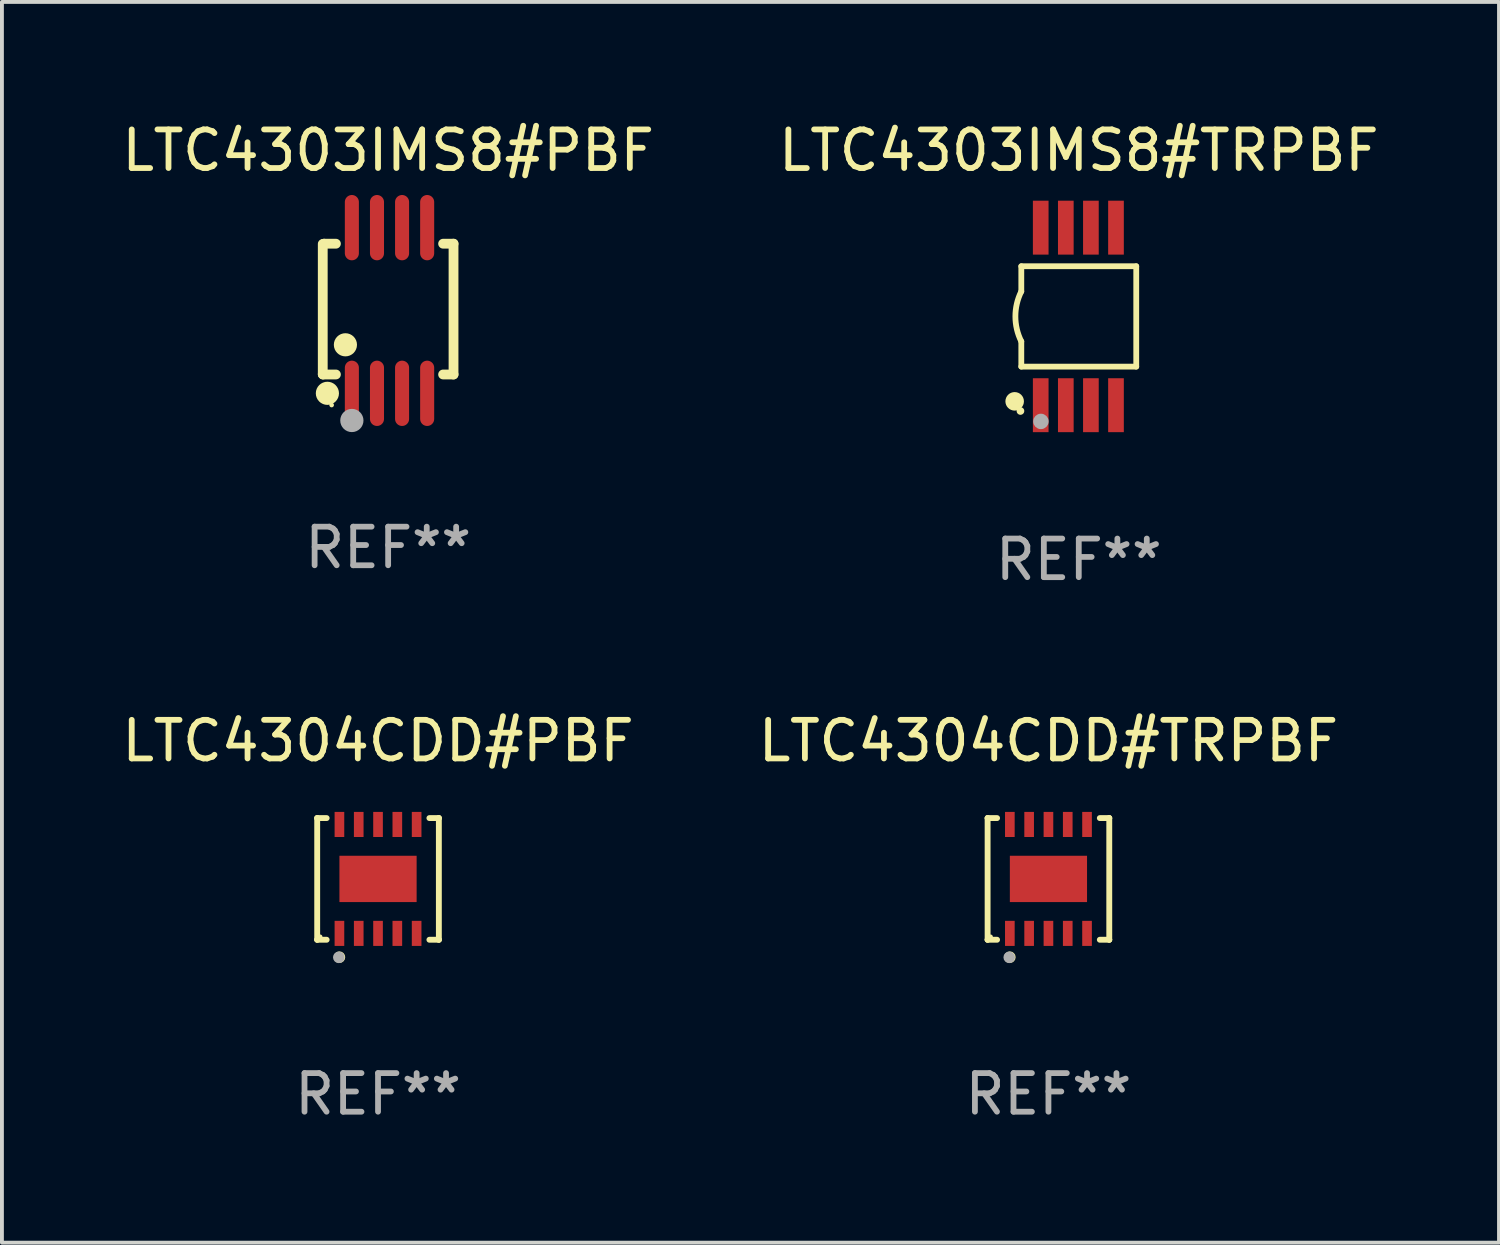
<source format=kicad_pcb>
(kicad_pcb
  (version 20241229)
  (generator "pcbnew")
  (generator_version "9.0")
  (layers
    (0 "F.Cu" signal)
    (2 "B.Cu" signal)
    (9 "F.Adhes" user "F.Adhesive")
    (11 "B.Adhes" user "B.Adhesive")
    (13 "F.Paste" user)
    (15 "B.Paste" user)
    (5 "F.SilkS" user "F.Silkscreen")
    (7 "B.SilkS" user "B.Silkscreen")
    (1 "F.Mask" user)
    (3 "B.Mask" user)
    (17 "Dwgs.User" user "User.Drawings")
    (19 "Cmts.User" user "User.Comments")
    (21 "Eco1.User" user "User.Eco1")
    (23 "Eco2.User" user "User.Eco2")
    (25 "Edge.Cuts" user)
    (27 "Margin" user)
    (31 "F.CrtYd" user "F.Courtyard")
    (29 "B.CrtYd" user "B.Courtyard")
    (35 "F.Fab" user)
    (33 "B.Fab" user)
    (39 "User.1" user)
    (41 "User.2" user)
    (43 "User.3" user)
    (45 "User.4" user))
  (footprint "LTC4304CDD#PBF"
    (layer "F.Cu")
    (at 6.744 19.721)
    (property "Reference" "LTC4304CDD#PBF" (at 0 -3.576 0) (layer "F.SilkS") (effects (font (size 1 1) (thickness 0.15))))
    (attr through_hole)
    (fp_line (start -1.576 -1.576) (end -1.576 -1.576) (stroke (width 0.152) (type solid)) (layer "F.SilkS"))
    (fp_line (start -1.576 -1.576) (end -1.331 -1.576) (stroke (width 0.152) (type solid)) (layer "F.SilkS"))
    (fp_line (start -1.576 1.576) (end -1.576 -1.576) (stroke (width 0.152) (type solid)) (layer "F.SilkS"))
    (fp_line (start -1.576 1.576) (end -1.576 1.576) (stroke (width 0.152) (type solid)) (layer "F.SilkS"))
    (fp_line (start -1.331 1.576) (end -1.576 1.576) (stroke (width 0.152) (type solid)) (layer "F.SilkS"))
    (fp_line (start 1.331 1.576) (end 1.576 1.576) (stroke (width 0.152) (type solid)) (layer "F.SilkS"))
    (fp_line (start 1.576 -1.576) (end 1.331 -1.576) (stroke (width 0.152) (type solid)) (layer "F.SilkS"))
    (fp_line (start 1.576 -1.576) (end 1.576 -1.576) (stroke (width 0.152) (type solid)) (layer "F.SilkS"))
    (fp_line (start 1.576 1.576) (end 1.576 -1.576) (stroke (width 0.152) (type solid)) (layer "F.SilkS"))
    (fp_line (start 1.576 1.576) (end 1.576 1.576) (stroke (width 0.152) (type solid)) (layer "F.SilkS"))
    (fp_circle (center -1.5 1.5) (end -1.47 1.5) (stroke (width 0.06) (type solid)) (fill no) (layer "F.SilkS"))
    (fp_circle (center -1 2.028) (end -0.925 2.028) (stroke (width 0.15) (type solid)) (fill no) (layer "F.SilkS"))
    (fp_circle (center -1.016 2.032) (end -0.941 2.032) (stroke (width 0.15) (type solid)) (fill no) (layer "F.Fab"))
    (fp_text user "REF**" (at 0 5.576 0) (layer "F.Fab") (effects (font (size 1 1) (thickness 0.15))))
    (pad "1" smd rect (at -1 1.411) (size 0.25 0.65) (layers "F.Cu" "F.Mask" "F.Paste"))
    (pad "2" smd rect (at -0.5 1.411) (size 0.25 0.65) (layers "F.Cu" "F.Mask" "F.Paste"))
    (pad "3" smd rect (at 0 1.411) (size 0.25 0.65) (layers "F.Cu" "F.Mask" "F.Paste"))
    (pad "4" smd rect (at 0.5 1.411) (size 0.25 0.65) (layers "F.Cu" "F.Mask" "F.Paste"))
    (pad "5" smd rect (at 1 1.411) (size 0.25 0.65) (layers "F.Cu" "F.Mask" "F.Paste"))
    (pad "6" smd rect (at 1 -1.411) (size 0.25 0.65) (layers "F.Cu" "F.Mask" "F.Paste"))
    (pad "7" smd rect (at 0.5 -1.411) (size 0.25 0.65) (layers "F.Cu" "F.Mask" "F.Paste"))
    (pad "8" smd rect (at 0 -1.411) (size 0.25 0.65) (layers "F.Cu" "F.Mask" "F.Paste"))
    (pad "9" smd rect (at -0.5 -1.411) (size 0.25 0.65) (layers "F.Cu" "F.Mask" "F.Paste"))
    (pad "10" smd rect (at -1 -1.411) (size 0.25 0.65) (layers "F.Cu" "F.Mask" "F.Paste"))
    (pad "11" smd rect (at 0 0) (size 2 1.2) (layers "F.Cu" "F.Mask" "F.Paste")))
  (footprint "LTC4303IMS8#PBF"
    (layer "F.Cu")
    (at 7.006 4.994)
    (property "Reference" "LTC4303IMS8#PBF" (at 0 -4.146 0) (layer "F.SilkS") (effects (font (size 1 1) (thickness 0.15))))
    (attr through_hole)
    (fp_line (start -1.694 -1.724) (end -1.694 1.652) (stroke (width 0.254) (type solid)) (layer "F.SilkS"))
    (fp_line (start -1.694 1.652) (end -1.688 1.658) (stroke (width 0.254) (type solid)) (layer "F.SilkS"))
    (fp_line (start -1.688 1.658) (end -1.353 1.658) (stroke (width 0.254) (type solid)) (layer "F.SilkS"))
    (fp_line (start -1.661 -1.73) (end -1.681 -1.71) (stroke (width 0.254) (type solid)) (layer "F.SilkS"))
    (fp_line (start -1.353 -1.73) (end -1.661 -1.73) (stroke (width 0.254) (type solid)) (layer "F.SilkS"))
    (fp_line (start 1.424 1.658) (end 1.694 1.658) (stroke (width 0.254) (type solid)) (layer "F.SilkS"))
    (fp_line (start 1.694 -1.73) (end 1.424 -1.73) (stroke (width 0.254) (type solid)) (layer "F.SilkS"))
    (fp_line (start 1.694 1.658) (end 1.694 -1.73) (stroke (width 0.254) (type solid)) (layer "F.SilkS"))
    (fp_circle (center -1.574 2.146) (end -1.424 2.146) (stroke (width 0.3) (type solid)) (fill no) (layer "F.SilkS"))
    (fp_circle (center -1.464 2.45) (end -1.434 2.45) (stroke (width 0.06) (type solid)) (fill no) (layer "F.SilkS"))
    (fp_circle (center -1.107 0.889) (end -0.957 0.889) (stroke (width 0.3) (type solid)) (fill no) (layer "F.SilkS"))
    (fp_circle (center -0.94 2.85) (end -0.789 2.85) (stroke (width 0.3) (type solid)) (fill no) (layer "F.Fab"))
    (fp_text user "REF**" (at 0 6.146 0) (layer "F.Fab") (effects (font (size 1 1) (thickness 0.15))))
    (pad "1" smd oval (at -0.94 2.146) (size 0.364 1.692) (layers "F.Cu" "F.Mask" "F.Paste"))
    (pad "2" smd oval (at -0.289 2.146) (size 0.364 1.692) (layers "F.Cu" "F.Mask" "F.Paste"))
    (pad "3" smd oval (at 0.361 2.146) (size 0.364 1.692) (layers "F.Cu" "F.Mask" "F.Paste"))
    (pad "4" smd oval (at 1.011 2.146) (size 0.364 1.692) (layers "F.Cu" "F.Mask" "F.Paste"))
    (pad "5" smd oval (at 1.011 -2.146) (size 0.364 1.692) (layers "F.Cu" "F.Mask" "F.Paste"))
    (pad "6" smd oval (at 0.361 -2.146) (size 0.364 1.692) (layers "F.Cu" "F.Mask" "F.Paste"))
    (pad "7" smd oval (at -0.289 -2.146) (size 0.364 1.692) (layers "F.Cu" "F.Mask" "F.Paste"))
    (pad "8" smd oval (at -0.94 -2.146) (size 0.364 1.692) (layers "F.Cu" "F.Mask" "F.Paste")))
  (footprint "LTC4303IMS8#TRPBF"
    (layer "F.Cu")
    (at 24.899 5.148)
    (property "Reference" "LTC4303IMS8#TRPBF" (at 0 -4.3 0) (layer "F.SilkS") (effects (font (size 1 1) (thickness 0.15))))
    (attr through_hole)
    (fp_line (start -1.489 -1.3) (end -1.489 -0.648) (stroke (width 0.15) (type solid)) (layer "F.SilkS"))
    (fp_line (start -1.489 0.648) (end -1.489 1.3) (stroke (width 0.15) (type solid)) (layer "F.SilkS"))
    (fp_line (start -1.489 1.3) (end 1.489 1.3) (stroke (width 0.15) (type solid)) (layer "F.SilkS"))
    (fp_line (start 1.489 -1.3) (end -1.489 -1.3) (stroke (width 0.15) (type solid)) (layer "F.SilkS"))
    (fp_line (start 1.489 1.3) (end 1.489 -1.3) (stroke (width 0.15) (type solid)) (layer "F.SilkS"))
    (fp_arc (start -1.489205 0.647702) (mid -1.642107 0) (end -1.489205 -0.647701) (stroke (width 0.150013) (type solid)) (layer "F.SilkS"))
    (fp_circle (center -1.661 2.2) (end -1.541 2.2) (stroke (width 0.24) (type solid)) (fill no) (layer "F.SilkS"))
    (fp_circle (center -1.511 2.45) (end -1.461 2.45) (stroke (width 0.1) (type solid)) (fill no) (layer "F.SilkS"))
    (fp_circle (center -0.981 2.72) (end -0.881 2.72) (stroke (width 0.2) (type solid)) (fill no) (layer "F.Fab"))
    (fp_text user "REF**" (at 0 6.3 0) (layer "F.Fab") (effects (font (size 1 1) (thickness 0.15))))
    (pad "1" smd rect (at -0.986 2.3) (size 0.406 1.397) (layers "F.Cu" "F.Mask" "F.Paste"))
    (pad "2" smd rect (at -0.336 2.3) (size 0.406 1.397) (layers "F.Cu" "F.Mask" "F.Paste"))
    (pad "3" smd rect (at 0.314 2.3) (size 0.406 1.397) (layers "F.Cu" "F.Mask" "F.Paste"))
    (pad "4" smd rect (at 0.964 2.3) (size 0.406 1.397) (layers "F.Cu" "F.Mask" "F.Paste"))
    (pad "5" smd rect (at 0.964 -2.3) (size 0.406 1.397) (layers "F.Cu" "F.Mask" "F.Paste"))
    (pad "6" smd rect (at 0.314 -2.3) (size 0.406 1.397) (layers "F.Cu" "F.Mask" "F.Paste"))
    (pad "7" smd rect (at -0.336 -2.3) (size 0.406 1.397) (layers "F.Cu" "F.Mask" "F.Paste"))
    (pad "8" smd rect (at -0.986 -2.3) (size 0.406 1.397) (layers "F.Cu" "F.Mask" "F.Paste")))
  (footprint "LTC4304CDD#TRPBF"
    (layer "F.Cu")
    (at 24.113 19.721)
    (property "Reference" "LTC4304CDD#TRPBF" (at 0 -3.576 0) (layer "F.SilkS") (effects (font (size 1 1) (thickness 0.15))))
    (attr through_hole)
    (fp_line (start -1.576 -1.576) (end -1.576 -1.576) (stroke (width 0.152) (type solid)) (layer "F.SilkS"))
    (fp_line (start -1.576 -1.576) (end -1.331 -1.576) (stroke (width 0.152) (type solid)) (layer "F.SilkS"))
    (fp_line (start -1.576 1.576) (end -1.576 -1.576) (stroke (width 0.152) (type solid)) (layer "F.SilkS"))
    (fp_line (start -1.576 1.576) (end -1.576 1.576) (stroke (width 0.152) (type solid)) (layer "F.SilkS"))
    (fp_line (start -1.331 1.576) (end -1.576 1.576) (stroke (width 0.152) (type solid)) (layer "F.SilkS"))
    (fp_line (start 1.331 1.576) (end 1.576 1.576) (stroke (width 0.152) (type solid)) (layer "F.SilkS"))
    (fp_line (start 1.576 -1.576) (end 1.331 -1.576) (stroke (width 0.152) (type solid)) (layer "F.SilkS"))
    (fp_line (start 1.576 -1.576) (end 1.576 -1.576) (stroke (width 0.152) (type solid)) (layer "F.SilkS"))
    (fp_line (start 1.576 1.576) (end 1.576 -1.576) (stroke (width 0.152) (type solid)) (layer "F.SilkS"))
    (fp_line (start 1.576 1.576) (end 1.576 1.576) (stroke (width 0.152) (type solid)) (layer "F.SilkS"))
    (fp_circle (center -1.5 1.5) (end -1.47 1.5) (stroke (width 0.06) (type solid)) (fill no) (layer "F.SilkS"))
    (fp_circle (center -1 2.028) (end -0.925 2.028) (stroke (width 0.15) (type solid)) (fill no) (layer "F.SilkS"))
    (fp_circle (center -1.016 2.032) (end -0.941 2.032) (stroke (width 0.15) (type solid)) (fill no) (layer "F.Fab"))
    (fp_text user "REF**" (at 0 5.576 0) (layer "F.Fab") (effects (font (size 1 1) (thickness 0.15))))
    (pad "1" smd rect (at -1 1.411) (size 0.25 0.65) (layers "F.Cu" "F.Mask" "F.Paste"))
    (pad "2" smd rect (at -0.5 1.411) (size 0.25 0.65) (layers "F.Cu" "F.Mask" "F.Paste"))
    (pad "3" smd rect (at 0 1.411) (size 0.25 0.65) (layers "F.Cu" "F.Mask" "F.Paste"))
    (pad "4" smd rect (at 0.5 1.411) (size 0.25 0.65) (layers "F.Cu" "F.Mask" "F.Paste"))
    (pad "5" smd rect (at 1 1.411) (size 0.25 0.65) (layers "F.Cu" "F.Mask" "F.Paste"))
    (pad "6" smd rect (at 1 -1.411) (size 0.25 0.65) (layers "F.Cu" "F.Mask" "F.Paste"))
    (pad "7" smd rect (at 0.5 -1.411) (size 0.25 0.65) (layers "F.Cu" "F.Mask" "F.Paste"))
    (pad "8" smd rect (at 0 -1.411) (size 0.25 0.65) (layers "F.Cu" "F.Mask" "F.Paste"))
    (pad "9" smd rect (at -0.5 -1.411) (size 0.25 0.65) (layers "F.Cu" "F.Mask" "F.Paste"))
    (pad "10" smd rect (at -1 -1.411) (size 0.25 0.65) (layers "F.Cu" "F.Mask" "F.Paste"))
    (pad "11" smd rect (at 0 0) (size 2 1.2) (layers "F.Cu" "F.Mask" "F.Paste")))
  (gr_rect
    (start -3 -3)
    (end 35.786 29.145)
    (stroke (width 0.1) (type default))
    (fill no)
    (layer "Edge.Cuts")))
</source>
